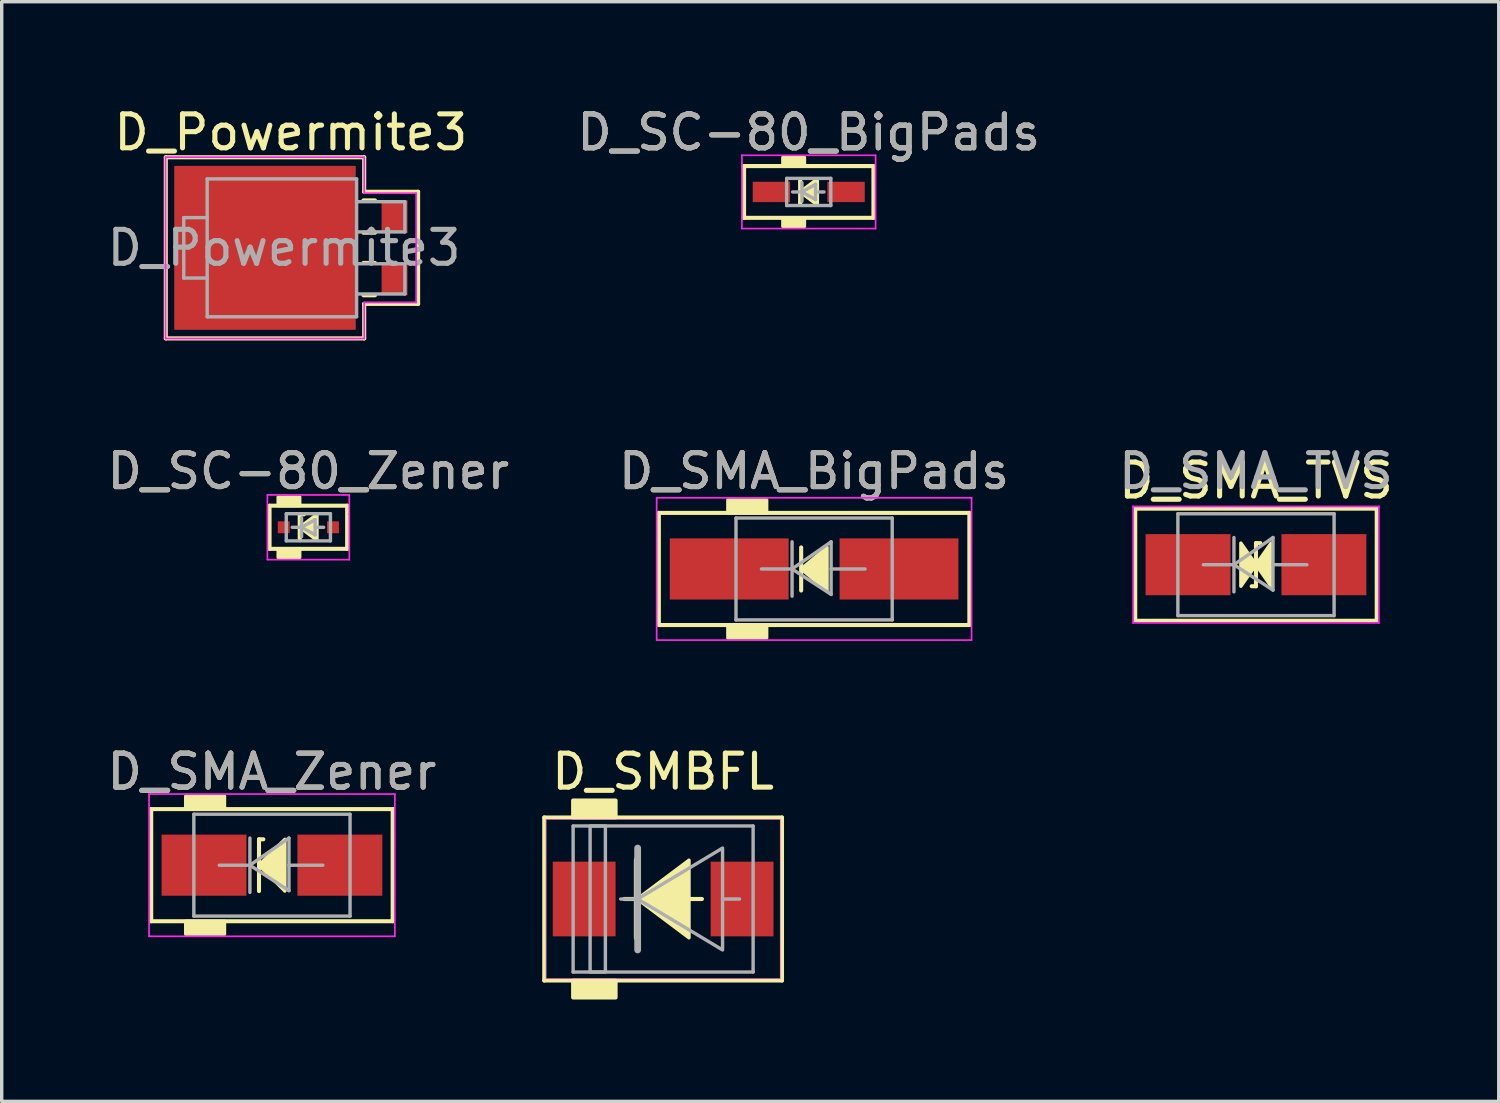
<source format=kicad_pcb>
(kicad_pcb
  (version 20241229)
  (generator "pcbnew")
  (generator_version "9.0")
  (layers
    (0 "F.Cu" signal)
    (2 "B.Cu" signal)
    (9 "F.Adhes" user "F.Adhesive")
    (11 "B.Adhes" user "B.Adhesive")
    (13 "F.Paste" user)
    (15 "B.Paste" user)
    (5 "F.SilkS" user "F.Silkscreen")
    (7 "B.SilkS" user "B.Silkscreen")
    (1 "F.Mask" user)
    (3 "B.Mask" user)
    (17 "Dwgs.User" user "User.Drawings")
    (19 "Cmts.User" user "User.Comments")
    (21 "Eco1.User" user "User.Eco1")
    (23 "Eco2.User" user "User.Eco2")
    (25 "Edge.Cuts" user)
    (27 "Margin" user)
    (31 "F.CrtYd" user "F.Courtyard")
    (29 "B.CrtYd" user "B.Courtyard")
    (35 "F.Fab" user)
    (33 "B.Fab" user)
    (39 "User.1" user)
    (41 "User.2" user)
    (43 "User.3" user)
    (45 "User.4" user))
  (footprint "D_SMA_BigPads"
    (layer "F.Cu")
    (at 20.923 13.704)
    (property "Reference" "D_SMA_BigPads" (at 0 -2.881 0) (layer "F.SilkS") (effects (font (size 1 1) (thickness 0.15))))
    (attr smd)
    (fp_line (start -4.572 -1.651) (end -4.572 1.651) (stroke (width 0.12) (type solid)) (layer "F.SilkS"))
    (fp_line (start -4.572 1.651) (end 4.572 1.651) (stroke (width 0.12) (type solid)) (layer "F.SilkS"))
    (fp_line (start -0.381 -0.635) (end -0.381 0.635) (stroke (width 0.12) (type solid)) (layer "F.SilkS"))
    (fp_line (start 4.572 -1.651) (end -4.572 -1.651) (stroke (width 0.12) (type solid)) (layer "F.SilkS"))
    (fp_line (start 4.572 1.651) (end 4.572 -1.651) (stroke (width 0.12) (type solid)) (layer "F.SilkS"))
    (fp_poly (pts (xy 0.381 0.635) (xy -0.381 0) (xy 0.381 -0.635)) (stroke (width 0.1) (type solid)) (fill yes) (layer "F.SilkS"))
    (fp_poly (pts (xy -1.397 -1.651) (xy -2.54 -1.651) (xy -2.54 -2.032) (xy -1.397 -2.032)) (stroke (width 0.1) (type solid)) (fill yes) (layer "F.SilkS"))
    (fp_poly (pts (xy -1.397 2.032) (xy -2.54 2.032) (xy -2.54 1.651) (xy -1.397 1.651)) (stroke (width 0.1) (type solid)) (fill yes) (layer "F.SilkS"))
    (fp_line (start -4.636 -2.095) (end 4.636 -2.095) (stroke (width 0.05) (type solid)) (layer "F.CrtYd"))
    (fp_line (start -4.636 2.095) (end -4.636 -2.095) (stroke (width 0.05) (type solid)) (layer "F.CrtYd"))
    (fp_line (start 4.636 -2.095) (end 4.636 2.095) (stroke (width 0.05) (type solid)) (layer "F.CrtYd"))
    (fp_line (start 4.636 2.095) (end -4.636 2.095) (stroke (width 0.05) (type solid)) (layer "F.CrtYd"))
    (fp_line (start -2.3 1.5) (end -2.3 -1.5) (stroke (width 0.1) (type solid)) (layer "F.Fab"))
    (fp_line (start -0.649 -0.799) (end -0.649 0.801) (stroke (width 0.1) (type solid)) (layer "F.Fab"))
    (fp_line (start -0.649 0.001) (end -1.551 0.001) (stroke (width 0.1) (type solid)) (layer "F.Fab"))
    (fp_line (start -0.649 0.001) (end 0.501 -0.799) (stroke (width 0.1) (type solid)) (layer "F.Fab"))
    (fp_line (start -0.649 0.001) (end 0.501 0.75) (stroke (width 0.1) (type solid)) (layer "F.Fab"))
    (fp_line (start 0.501 0.001) (end 1.499 0.001) (stroke (width 0.1) (type solid)) (layer "F.Fab"))
    (fp_line (start 0.501 0.75) (end 0.501 -0.799) (stroke (width 0.1) (type solid)) (layer "F.Fab"))
    (fp_line (start 2.3 -1.5) (end -2.3 -1.5) (stroke (width 0.1) (type solid)) (layer "F.Fab"))
    (fp_line (start 2.3 -1.5) (end 2.3 1.5) (stroke (width 0.1) (type solid)) (layer "F.Fab"))
    (fp_line (start 2.3 1.5) (end -2.3 1.5) (stroke (width 0.1) (type solid)) (layer "F.Fab"))
    (fp_text user "${REFERENCE}" (at 0 -2.881 0) (layer "F.Fab") (effects (font (size 1 1) (thickness 0.15))))
    (pad "1" smd rect (at -2.5 0) (size 3.5 1.8) (layers "F.Cu" "F.Mask" "F.Paste"))
    (pad "2" smd rect (at 2.5 0) (size 3.5 1.8) (layers "F.Cu" "F.Mask" "F.Paste")))
  (footprint "D_SMA_TVS"
    (layer "F.Cu")
    (at 33.935 13.578)
    (property "Reference" "D_SMA_TVS" (at 0 -2.477 0) (layer "F.SilkS") (effects (font (size 1 1) (thickness 0.15))))
    (attr smd)
    (fp_line (start -3.556 -1.651) (end -3.556 1.651) (stroke (width 0.12) (type solid)) (layer "F.SilkS"))
    (fp_line (start -3.556 1.651) (end 3.556 1.651) (stroke (width 0.12) (type solid)) (layer "F.SilkS"))
    (fp_line (start -0.127 0.635) (end 0 0.635) (stroke (width 0.12) (type solid)) (layer "F.SilkS"))
    (fp_line (start 0 -0.635) (end 0 0.635) (stroke (width 0.12) (type solid)) (layer "F.SilkS"))
    (fp_line (start 0 -0.635) (end 0.127 -0.635) (stroke (width 0.12) (type solid)) (layer "F.SilkS"))
    (fp_line (start 3.556 -1.651) (end -3.556 -1.651) (stroke (width 0.12) (type solid)) (layer "F.SilkS"))
    (fp_line (start 3.556 1.651) (end 3.556 -1.651) (stroke (width 0.12) (type solid)) (layer "F.SilkS"))
    (fp_poly (pts (xy 0 0) (xy -0.445 0.635) (xy -0.445 -0.635)) (stroke (width 0.1) (type solid)) (fill yes) (layer "F.SilkS"))
    (fp_poly (pts (xy 0 0) (xy 0.445 -0.635) (xy 0.445 0.635)) (stroke (width 0.1) (type solid)) (fill yes) (layer "F.SilkS"))
    (fp_line (start -3.619 -1.714) (end 3.619 -1.714) (stroke (width 0.05) (type solid)) (layer "F.CrtYd"))
    (fp_line (start -3.619 1.714) (end -3.619 -1.714) (stroke (width 0.05) (type solid)) (layer "F.CrtYd"))
    (fp_line (start 3.619 -1.714) (end 3.619 1.714) (stroke (width 0.05) (type solid)) (layer "F.CrtYd"))
    (fp_line (start 3.619 1.714) (end -3.619 1.714) (stroke (width 0.05) (type solid)) (layer "F.CrtYd"))
    (fp_line (start -2.3 1.5) (end -2.3 -1.5) (stroke (width 0.1) (type solid)) (layer "F.Fab"))
    (fp_line (start -0.649 -0.799) (end -0.649 0.801) (stroke (width 0.1) (type solid)) (layer "F.Fab"))
    (fp_line (start -0.649 0.001) (end -1.551 0.001) (stroke (width 0.1) (type solid)) (layer "F.Fab"))
    (fp_line (start -0.649 0.001) (end 0.501 -0.799) (stroke (width 0.1) (type solid)) (layer "F.Fab"))
    (fp_line (start -0.649 0.001) (end 0.501 0.75) (stroke (width 0.1) (type solid)) (layer "F.Fab"))
    (fp_line (start 0.501 0.001) (end 1.499 0.001) (stroke (width 0.1) (type solid)) (layer "F.Fab"))
    (fp_line (start 0.501 0.75) (end 0.501 -0.799) (stroke (width 0.1) (type solid)) (layer "F.Fab"))
    (fp_line (start 2.3 -1.5) (end -2.3 -1.5) (stroke (width 0.1) (type solid)) (layer "F.Fab"))
    (fp_line (start 2.3 -1.5) (end 2.3 1.5) (stroke (width 0.1) (type solid)) (layer "F.Fab"))
    (fp_line (start 2.3 1.5) (end -2.3 1.5) (stroke (width 0.1) (type solid)) (layer "F.Fab"))
    (fp_text user "${REFERENCE}" (at 0 -2.754 0) (layer "F.Fab") (effects (font (size 1 1) (thickness 0.15))))
    (pad "1" smd rect (at -2 0) (size 2.5 1.8) (layers "F.Cu" "F.Mask" "F.Paste"))
    (pad "2" smd rect (at 2 0) (size 2.5 1.8) (layers "F.Cu" "F.Mask" "F.Paste")))
  (footprint "D_SC-80_BigPads"
    (layer "F.Cu")
    (at 20.765 2.602)
    (property "Reference" "D_SC-80_BigPads" (at 0 -1.754 0) (layer "F.SilkS") (effects (font (size 1 1) (thickness 0.15))))
    (attr smd)
    (fp_line (start -1.905 -0.762) (end -1.905 0.762) (stroke (width 0.12) (type solid)) (layer "F.SilkS"))
    (fp_line (start -1.905 0.762) (end 1.905 0.762) (stroke (width 0.12) (type solid)) (layer "F.SilkS"))
    (fp_line (start -0.254 -0.381) (end -0.254 0.381) (stroke (width 0.12) (type solid)) (layer "F.SilkS"))
    (fp_line (start 1.778 -0.762) (end -1.905 -0.762) (stroke (width 0.12) (type solid)) (layer "F.SilkS"))
    (fp_line (start 1.905 -0.762) (end 1.778 -0.762) (stroke (width 0.12) (type solid)) (layer "F.SilkS"))
    (fp_line (start 1.905 0.762) (end 1.905 -0.762) (stroke (width 0.12) (type solid)) (layer "F.SilkS"))
    (fp_poly (pts (xy 0.254 0.381) (xy -0.254 0) (xy 0.254 -0.381)) (stroke (width 0.1) (type solid)) (fill yes) (layer "F.SilkS"))
    (fp_poly (pts (xy -0.127 -0.762) (xy -0.762 -0.762) (xy -0.762 -1.016) (xy -0.127 -1.016)) (stroke (width 0.1) (type solid)) (fill yes) (layer "F.SilkS"))
    (fp_poly (pts (xy -0.127 1.016) (xy -0.762 1.016) (xy -0.762 0.762) (xy -0.127 0.762)) (stroke (width 0.1) (type solid)) (fill yes) (layer "F.SilkS"))
    (fp_line (start -1.968 -1.079) (end -1.968 1.079) (stroke (width 0.05) (type solid)) (layer "F.CrtYd"))
    (fp_line (start -1.968 1.079) (end 1.968 1.079) (stroke (width 0.05) (type solid)) (layer "F.CrtYd"))
    (fp_line (start 1.968 -1.079) (end -1.968 -1.079) (stroke (width 0.05) (type solid)) (layer "F.CrtYd"))
    (fp_line (start 1.968 -1.079) (end 1.968 1.079) (stroke (width 0.05) (type solid)) (layer "F.CrtYd"))
    (fp_line (start -0.65 -0.4) (end 0.65 -0.4) (stroke (width 0.1) (type solid)) (layer "F.Fab"))
    (fp_line (start -0.65 0.4) (end -0.65 -0.4) (stroke (width 0.1) (type solid)) (layer "F.Fab"))
    (fp_line (start -0.2 -0.275) (end -0.2 0.275) (stroke (width 0.1) (type solid)) (layer "F.Fab"))
    (fp_line (start -0.2 0) (end -0.475 0) (stroke (width 0.1) (type solid)) (layer "F.Fab"))
    (fp_line (start -0.2 0) (end 0.2 -0.225) (stroke (width 0.1) (type solid)) (layer "F.Fab"))
    (fp_line (start 0.2 -0.225) (end 0.2 0.225) (stroke (width 0.1) (type solid)) (layer "F.Fab"))
    (fp_line (start 0.2 0) (end 0.45 0) (stroke (width 0.1) (type solid)) (layer "F.Fab"))
    (fp_line (start 0.2 0.225) (end -0.2 0) (stroke (width 0.1) (type solid)) (layer "F.Fab"))
    (fp_line (start 0.65 -0.4) (end 0.65 0.4) (stroke (width 0.1) (type solid)) (layer "F.Fab"))
    (fp_line (start 0.65 0.4) (end -0.65 0.4) (stroke (width 0.1) (type solid)) (layer "F.Fab"))
    (fp_text user "${REFERENCE}" (at 0 -1.754 0) (layer "F.Fab") (effects (font (size 1 1) (thickness 0.15))))
    (pad "1" smd rect (at -1.1 0) (size 1.1 0.6) (layers "F.Cu" "F.Mask" "F.Paste"))
    (pad "2" smd rect (at 1.1 0) (size 1.1 0.6) (layers "F.Cu" "F.Mask" "F.Paste")))
  (footprint "D_SMBFL"
    (layer "F.Cu")
    (at 16.477 23.423)
    (property "Reference" "D_SMBFL" (at 0 -3.75 0) (unlocked yes) (layer "F.SilkS") (effects (font (size 1 1) (thickness 0.15))))
    (fp_line (start -3.5 -2.4) (end -3.5 2.4) (stroke (width 0.12) (type solid)) (layer "F.SilkS"))
    (fp_line (start -3.5 2.4) (end 3.5 2.4) (stroke (width 0.12) (type solid)) (layer "F.SilkS"))
    (fp_line (start -0.762 -1.143) (end -0.762 1.143) (stroke (width 0.2) (type solid)) (layer "F.SilkS"))
    (fp_line (start -0.762 0) (end -1.143 0) (stroke (width 0.12) (type solid)) (layer "F.SilkS"))
    (fp_line (start 0.762 0) (end 1.143 0) (stroke (width 0.12) (type solid)) (layer "F.SilkS"))
    (fp_line (start 3.5 -2.4) (end -3.5 -2.4) (stroke (width 0.12) (type solid)) (layer "F.SilkS"))
    (fp_line (start 3.5 2.4) (end 3.5 -2.4) (stroke (width 0.12) (type solid)) (layer "F.SilkS"))
    (fp_rect (start -2.65 -2.4) (end -1.4 -2.9) (stroke (width 0.12) (type solid)) (fill yes) (layer "F.SilkS"))
    (fp_rect (start -2.65 2.9) (end -1.4 2.4) (stroke (width 0.12) (type solid)) (fill yes) (layer "F.SilkS"))
    (fp_poly (pts (xy 0.762 1.143) (xy -0.762 0) (xy 0.762 -1.143)) (stroke (width 0.1) (type solid)) (fill yes) (layer "F.SilkS"))
    (fp_line (start -3.45 -2.35) (end -3.45 2.35) (stroke (width 0.013) (type solid)) (layer "F.CrtYd"))
    (fp_line (start -3.45 2.35) (end 3.45 2.35) (stroke (width 0.013) (type solid)) (layer "F.CrtYd"))
    (fp_line (start 3.45 -2.35) (end -3.45 -2.35) (stroke (width 0.013) (type solid)) (layer "F.CrtYd"))
    (fp_line (start 3.45 2.35) (end 3.45 -2.35) (stroke (width 0.013) (type solid)) (layer "F.CrtYd"))
    (fp_line (start -2.65 -2.15) (end -2.65 2.15) (stroke (width 0.1) (type solid)) (layer "F.Fab"))
    (fp_line (start -2.65 2.15) (end 2.65 2.15) (stroke (width 0.1) (type solid)) (layer "F.Fab"))
    (fp_line (start -1.25 0) (end -0.75 0) (stroke (width 0.1) (type solid)) (layer "F.Fab"))
    (fp_line (start -0.75 -1.5) (end -0.75 1.5) (stroke (width 0.2) (type solid)) (layer "F.Fab"))
    (fp_line (start 2.25 0) (end 1.75 0) (stroke (width 0.1) (type solid)) (layer "F.Fab"))
    (fp_line (start 2.65 -2.15) (end -2.65 -2.15) (stroke (width 0.1) (type solid)) (layer "F.Fab"))
    (fp_line (start 2.65 2.15) (end 2.65 -2.15) (stroke (width 0.1) (type solid)) (layer "F.Fab"))
    (fp_rect (start -2.15 -2.15) (end -1.7 2.15) (stroke (width 0.1) (type solid)) (fill no) (layer "F.Fab"))
    (fp_poly (pts (xy 1.75 1.5) (xy -0.75 0) (xy 1.75 -1.5)) (stroke (width 0.1) (type solid)) (fill no) (layer "F.Fab"))
    (pad "1" smd rect (at -2.325 0) (size 1.85 2.2) (layers "F.Cu" "F.Mask" "F.Paste"))
    (pad "2" smd rect (at 2.325 0) (size 1.85 2.2) (layers "F.Cu" "F.Mask" "F.Paste")))
  (footprint "D_SC-80_Zener"
    (layer "F.Cu")
    (at 6.03 12.477)
    (property "Reference" "D_SC-80_Zener" (at 0 -1.654 0) (layer "F.SilkS") (effects (font (size 1 1) (thickness 0.15))))
    (attr smd)
    (fp_line (start -1.143 -0.635) (end 1.143 -0.635) (stroke (width 0.12) (type solid)) (layer "F.SilkS"))
    (fp_line (start -1.143 0.635) (end -1.143 -0.635) (stroke (width 0.12) (type solid)) (layer "F.SilkS"))
    (fp_line (start -0.254 -0.381) (end -0.254 0.381) (stroke (width 0.12) (type solid)) (layer "F.SilkS"))
    (fp_line (start -0.254 -0.381) (end -0.127 -0.381) (stroke (width 0.12) (type solid)) (layer "F.SilkS"))
    (fp_line (start 1.143 -0.635) (end 1.143 0.635) (stroke (width 0.12) (type solid)) (layer "F.SilkS"))
    (fp_line (start 1.143 0.635) (end -1.143 0.635) (stroke (width 0.12) (type solid)) (layer "F.SilkS"))
    (fp_poly (pts (xy 0.254 0.381) (xy -0.254 0) (xy 0.254 -0.381)) (stroke (width 0.1) (type solid)) (fill yes) (layer "F.SilkS"))
    (fp_poly (pts (xy -0.254 -0.635) (xy -0.889 -0.635) (xy -0.889 -0.889) (xy -0.254 -0.889)) (stroke (width 0.1) (type solid)) (fill yes) (layer "F.SilkS"))
    (fp_poly (pts (xy -0.254 0.889) (xy -0.889 0.889) (xy -0.889 0.635) (xy -0.254 0.635)) (stroke (width 0.1) (type solid)) (fill yes) (layer "F.SilkS"))
    (fp_line (start -1.206 -0.953) (end 1.044 -0.953) (stroke (width 0.05) (type solid)) (layer "F.CrtYd"))
    (fp_line (start -1.206 0.953) (end -1.206 -0.953) (stroke (width 0.05) (type solid)) (layer "F.CrtYd"))
    (fp_line (start 1.044 -0.953) (end 1.206 -0.953) (stroke (width 0.05) (type solid)) (layer "F.CrtYd"))
    (fp_line (start 1.206 -0.953) (end 1.206 -0.395) (stroke (width 0.05) (type solid)) (layer "F.CrtYd"))
    (fp_line (start 1.206 -0.398) (end 1.206 0.953) (stroke (width 0.05) (type solid)) (layer "F.CrtYd"))
    (fp_line (start 1.206 0.953) (end -1.206 0.953) (stroke (width 0.05) (type solid)) (layer "F.CrtYd"))
    (fp_line (start -0.65 -0.4) (end 0.65 -0.4) (stroke (width 0.1) (type solid)) (layer "F.Fab"))
    (fp_line (start -0.65 0.4) (end -0.65 -0.4) (stroke (width 0.1) (type solid)) (layer "F.Fab"))
    (fp_line (start -0.2 -0.275) (end -0.2 0.275) (stroke (width 0.1) (type solid)) (layer "F.Fab"))
    (fp_line (start -0.2 0) (end -0.475 0) (stroke (width 0.1) (type solid)) (layer "F.Fab"))
    (fp_line (start -0.2 0) (end 0.2 -0.225) (stroke (width 0.1) (type solid)) (layer "F.Fab"))
    (fp_line (start 0.2 -0.225) (end 0.2 0.225) (stroke (width 0.1) (type solid)) (layer "F.Fab"))
    (fp_line (start 0.2 0) (end 0.45 0) (stroke (width 0.1) (type solid)) (layer "F.Fab"))
    (fp_line (start 0.2 0.225) (end -0.2 0) (stroke (width 0.1) (type solid)) (layer "F.Fab"))
    (fp_line (start 0.65 -0.4) (end 0.65 0.4) (stroke (width 0.1) (type solid)) (layer "F.Fab"))
    (fp_line (start 0.65 0.4) (end -0.65 0.4) (stroke (width 0.1) (type solid)) (layer "F.Fab"))
    (fp_text user "${REFERENCE}" (at 0 -1.654 0) (layer "F.Fab") (effects (font (size 1 1) (thickness 0.15))))
    (pad "1" smd rect (at -0.725 0) (size 0.35 0.35) (layers "F.Cu" "F.Mask" "F.Paste"))
    (pad "2" smd rect (at 0.725 0) (size 0.35 0.35) (layers "F.Cu" "F.Mask" "F.Paste")))
  (footprint "D_SMA_Zener"
    (layer "F.Cu")
    (at 4.958 22.427)
    (property "Reference" "D_SMA_Zener" (at 0 -2.754 0) (layer "F.SilkS") (effects (font (size 1 1) (thickness 0.15))))
    (attr smd)
    (fp_line (start -3.556 -1.651) (end -3.556 1.651) (stroke (width 0.12) (type solid)) (layer "F.SilkS"))
    (fp_line (start -3.556 1.651) (end 3.556 1.651) (stroke (width 0.12) (type solid)) (layer "F.SilkS"))
    (fp_line (start -0.381 -0.762) (end -0.381 0.762) (stroke (width 0.12) (type solid)) (layer "F.SilkS"))
    (fp_line (start -0.381 -0.762) (end -0.254 -0.762) (stroke (width 0.12) (type solid)) (layer "F.SilkS"))
    (fp_line (start 3.556 -1.651) (end -3.556 -1.651) (stroke (width 0.12) (type solid)) (layer "F.SilkS"))
    (fp_line (start 3.556 1.651) (end 3.556 -1.651) (stroke (width 0.12) (type solid)) (layer "F.SilkS"))
    (fp_poly (pts (xy 0.381 0.762) (xy -0.381 0) (xy 0.381 -0.762)) (stroke (width 0.1) (type solid)) (fill yes) (layer "F.SilkS"))
    (fp_poly (pts (xy -1.397 -1.651) (xy -2.54 -1.651) (xy -2.54 -2.032) (xy -1.397 -2.032)) (stroke (width 0.1) (type solid)) (fill yes) (layer "F.SilkS"))
    (fp_poly (pts (xy -1.397 2.032) (xy -2.54 2.032) (xy -2.54 1.651) (xy -1.397 1.651)) (stroke (width 0.1) (type solid)) (fill yes) (layer "F.SilkS"))
    (fp_line (start -3.619 -2.095) (end 3.619 -2.095) (stroke (width 0.05) (type solid)) (layer "F.CrtYd"))
    (fp_line (start -3.619 2.095) (end -3.619 -2.095) (stroke (width 0.05) (type solid)) (layer "F.CrtYd"))
    (fp_line (start 3.619 -2.095) (end 3.619 2.095) (stroke (width 0.05) (type solid)) (layer "F.CrtYd"))
    (fp_line (start 3.619 2.095) (end -3.619 2.095) (stroke (width 0.05) (type solid)) (layer "F.CrtYd"))
    (fp_line (start -2.3 1.5) (end -2.3 -1.5) (stroke (width 0.1) (type solid)) (layer "F.Fab"))
    (fp_line (start -0.649 -0.799) (end -0.649 0.801) (stroke (width 0.1) (type solid)) (layer "F.Fab"))
    (fp_line (start -0.649 0.001) (end -1.551 0.001) (stroke (width 0.1) (type solid)) (layer "F.Fab"))
    (fp_line (start -0.649 0.001) (end 0.501 -0.799) (stroke (width 0.1) (type solid)) (layer "F.Fab"))
    (fp_line (start -0.649 0.001) (end 0.501 0.75) (stroke (width 0.1) (type solid)) (layer "F.Fab"))
    (fp_line (start 0.501 0.001) (end 1.499 0.001) (stroke (width 0.1) (type solid)) (layer "F.Fab"))
    (fp_line (start 0.501 0.75) (end 0.501 -0.799) (stroke (width 0.1) (type solid)) (layer "F.Fab"))
    (fp_line (start 2.3 -1.5) (end -2.3 -1.5) (stroke (width 0.1) (type solid)) (layer "F.Fab"))
    (fp_line (start 2.3 -1.5) (end 2.3 1.5) (stroke (width 0.1) (type solid)) (layer "F.Fab"))
    (fp_line (start 2.3 1.5) (end -2.3 1.5) (stroke (width 0.1) (type solid)) (layer "F.Fab"))
    (fp_text user "${REFERENCE}" (at 0 -2.754 0) (layer "F.Fab") (effects (font (size 1 1) (thickness 0.15))))
    (pad "1" smd rect (at -2 0) (size 2.5 1.8) (layers "F.Cu" "F.Mask" "F.Paste"))
    (pad "2" smd rect (at 2 0) (size 2.5 1.8) (layers "F.Cu" "F.Mask" "F.Paste")))
  (footprint "D_Powermite3"
    (layer "F.Cu")
    (at 5.515 4.248)
    (property "Reference" "D_Powermite3" (at 0 -3.4 0) (layer "F.SilkS") (effects (font (size 1 1) (thickness 0.15))))
    (attr smd)
    (fp_line (start -3.683 -2.667) (end 2.159 -2.667) (stroke (width 0.12) (type solid)) (layer "F.SilkS"))
    (fp_line (start -3.683 2.667) (end -3.683 -2.667) (stroke (width 0.12) (type solid)) (layer "F.SilkS"))
    (fp_line (start 2.159 -2.667) (end 2.159 -1.651) (stroke (width 0.12) (type solid)) (layer "F.SilkS"))
    (fp_line (start 2.159 -1.651) (end 3.747 -1.651) (stroke (width 0.12) (type solid)) (layer "F.SilkS"))
    (fp_line (start 2.159 1.651) (end 2.159 2.667) (stroke (width 0.12) (type solid)) (layer "F.SilkS"))
    (fp_line (start 2.159 2.667) (end -3.683 2.667) (stroke (width 0.12) (type solid)) (layer "F.SilkS"))
    (fp_line (start 2.477 -1.397) (end 2.138 -1.397) (stroke (width 0.12) (type solid)) (layer "F.SilkS"))
    (fp_line (start 2.477 -0.445) (end 2.138 -0.445) (stroke (width 0.12) (type solid)) (layer "F.SilkS"))
    (fp_line (start 2.477 0.445) (end 2.138 0.445) (stroke (width 0.12) (type solid)) (layer "F.SilkS"))
    (fp_line (start 2.477 1.397) (end 2.138 1.397) (stroke (width 0.12) (type solid)) (layer "F.SilkS"))
    (fp_line (start 3.747 -1.651) (end 3.747 1.651) (stroke (width 0.12) (type solid)) (layer "F.SilkS"))
    (fp_line (start 3.747 1.651) (end 2.159 1.651) (stroke (width 0.12) (type solid)) (layer "F.SilkS"))
    (fp_line (start -3.69 -2.67) (end -3.69 2.67) (stroke (width 0.05) (type solid)) (layer "F.CrtYd"))
    (fp_line (start -3.69 2.67) (end 2.16 2.67) (stroke (width 0.05) (type solid)) (layer "F.CrtYd"))
    (fp_line (start 2.16 -2.67) (end -3.69 -2.67) (stroke (width 0.05) (type solid)) (layer "F.CrtYd"))
    (fp_line (start 2.16 -1.61) (end 2.16 -2.67) (stroke (width 0.05) (type solid)) (layer "F.CrtYd"))
    (fp_line (start 2.16 1.61) (end 3.69 1.61) (stroke (width 0.05) (type solid)) (layer "F.CrtYd"))
    (fp_line (start 2.16 2.67) (end 2.16 1.61) (stroke (width 0.05) (type solid)) (layer "F.CrtYd"))
    (fp_line (start 3.69 -1.61) (end 2.16 -1.61) (stroke (width 0.05) (type solid)) (layer "F.CrtYd"))
    (fp_line (start 3.69 1.61) (end 3.69 -1.61) (stroke (width 0.05) (type solid)) (layer "F.CrtYd"))
    (fp_line (start -3.154 -0.89) (end -2.464 -0.89) (stroke (width 0.1) (type solid)) (layer "F.Fab"))
    (fp_line (start -3.154 0.89) (end -3.154 -0.89) (stroke (width 0.1) (type solid)) (layer "F.Fab"))
    (fp_line (start -2.464 -2.03) (end -2.464 2.03) (stroke (width 0.1) (type solid)) (layer "F.Fab"))
    (fp_line (start -2.464 0.89) (end -3.154 0.89) (stroke (width 0.1) (type solid)) (layer "F.Fab"))
    (fp_line (start -2.464 2.03) (end 1.936 2.03) (stroke (width 0.1) (type solid)) (layer "F.Fab"))
    (fp_line (start 1.936 -2.03) (end -2.464 -2.03) (stroke (width 0.1) (type solid)) (layer "F.Fab"))
    (fp_line (start 1.936 2.03) (end 1.936 -2.03) (stroke (width 0.1) (type solid)) (layer "F.Fab"))
    (fp_line (start 3.358 -1.359) (end 1.936 -1.359) (stroke (width 0.1) (type solid)) (layer "F.Fab"))
    (fp_line (start 3.358 -0.47) (end 1.936 -0.47) (stroke (width 0.1) (type solid)) (layer "F.Fab"))
    (fp_line (start 3.358 -0.47) (end 3.358 -1.359) (stroke (width 0.1) (type solid)) (layer "F.Fab"))
    (fp_line (start 3.358 0.47) (end 1.936 0.47) (stroke (width 0.1) (type solid)) (layer "F.Fab"))
    (fp_line (start 3.358 1.359) (end 1.936 1.359) (stroke (width 0.1) (type solid)) (layer "F.Fab"))
    (fp_line (start 3.358 1.359) (end 3.358 0.47) (stroke (width 0.1) (type solid)) (layer "F.Fab"))
    (fp_text user "${REFERENCE}" (at -0.2 0 0) (layer "F.Fab") (effects (font (size 1 1) (thickness 0.15))))
    (pad "1" smd rect (at -0.762 0 180) (size 5.344 4.826) (layers "F.Cu" "F.Mask" "F.Paste"))
    (pad "2" smd rect (at 3.053 -0.914 180) (size 0.762 0.965) (layers "F.Cu" "F.Mask" "F.Paste"))
    (pad "3" smd rect (at 3.053 0.914 180) (size 0.762 0.965) (layers "F.Cu" "F.Mask" "F.Paste")))
  (gr_rect
    (start -3 -3)
    (end 41.083 29.383)
    (stroke (width 0.1) (type default))
    (fill no)
    (layer "Edge.Cuts")))
</source>
